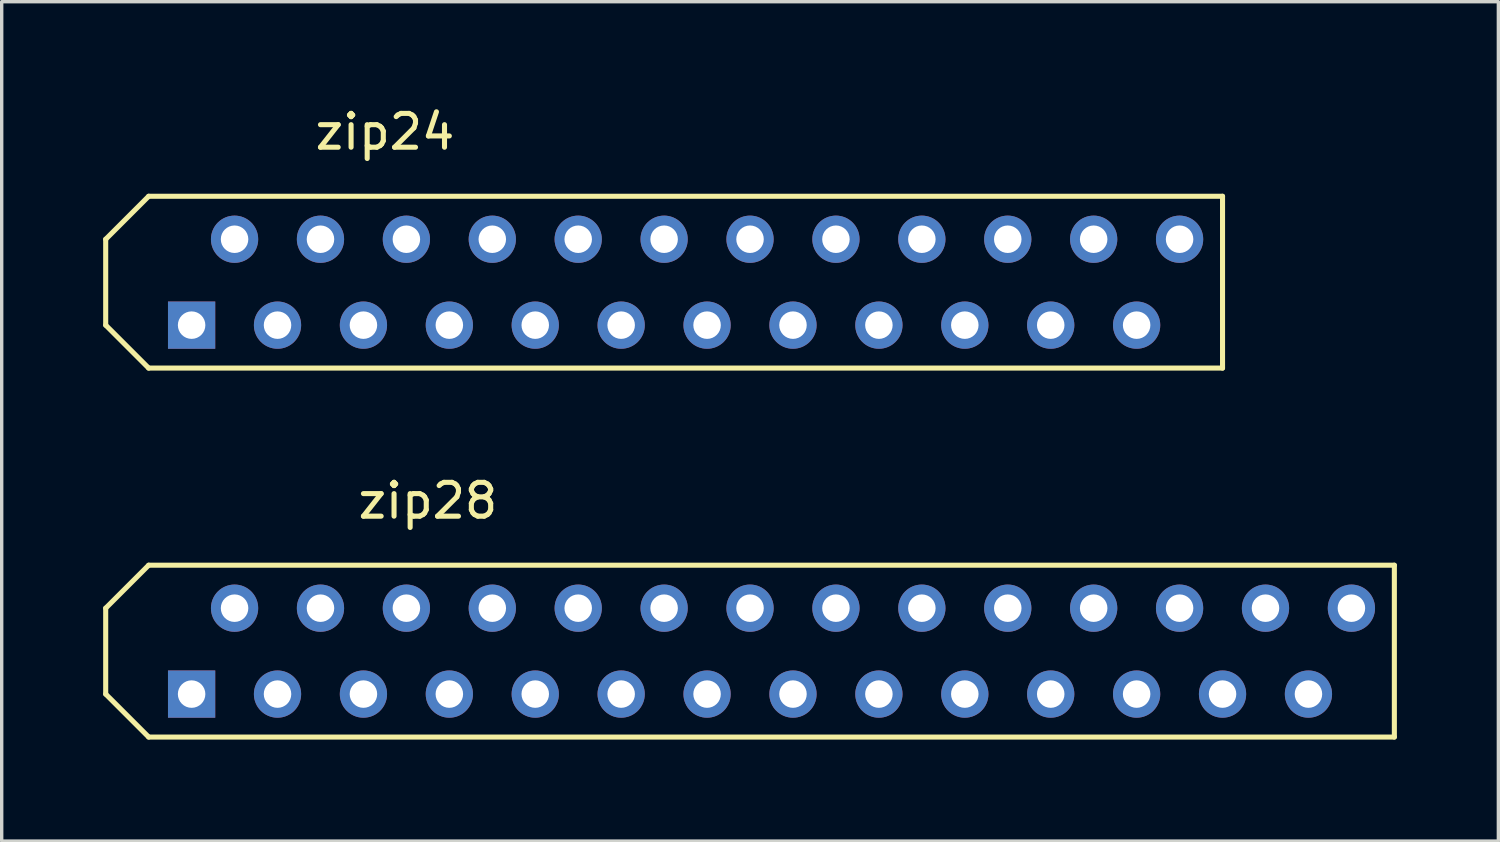
<source format=kicad_pcb>
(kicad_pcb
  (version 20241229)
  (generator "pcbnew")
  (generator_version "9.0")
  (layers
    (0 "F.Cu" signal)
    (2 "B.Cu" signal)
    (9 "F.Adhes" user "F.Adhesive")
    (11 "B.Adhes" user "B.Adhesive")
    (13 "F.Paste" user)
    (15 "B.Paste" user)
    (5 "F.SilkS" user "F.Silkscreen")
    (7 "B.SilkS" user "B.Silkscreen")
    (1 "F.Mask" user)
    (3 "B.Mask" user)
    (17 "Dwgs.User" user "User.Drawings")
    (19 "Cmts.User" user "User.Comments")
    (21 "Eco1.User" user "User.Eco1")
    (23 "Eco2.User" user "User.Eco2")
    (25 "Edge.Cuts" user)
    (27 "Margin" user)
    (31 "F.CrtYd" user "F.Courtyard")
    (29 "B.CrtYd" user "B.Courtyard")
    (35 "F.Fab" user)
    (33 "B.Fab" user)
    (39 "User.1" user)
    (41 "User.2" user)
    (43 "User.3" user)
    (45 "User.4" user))
  (footprint "zip24"
    (layer "F.Cu")
    (at 16.585 5.293)
    (property "Reference" "zip24" (at -8.255 -4.445 0) (layer "F.SilkS") (effects (font (size 1 1) (thickness 0.15))))
    (attr through_hole)
    (fp_line (start -16.51 -1.27) (end -15.24 -2.54) (stroke (width 0.15) (type solid)) (layer "F.SilkS"))
    (fp_line (start -16.51 1.27) (end -16.51 -1.27) (stroke (width 0.15) (type solid)) (layer "F.SilkS"))
    (fp_line (start -15.24 -2.54) (end 16.51 -2.54) (stroke (width 0.15) (type solid)) (layer "F.SilkS"))
    (fp_line (start -15.24 2.54) (end -16.51 1.27) (stroke (width 0.15) (type solid)) (layer "F.SilkS"))
    (fp_line (start 16.51 -2.54) (end 16.51 2.54) (stroke (width 0.15) (type solid)) (layer "F.SilkS"))
    (fp_line (start 16.51 2.54) (end -15.24 2.54) (stroke (width 0.15) (type solid)) (layer "F.SilkS"))
    (pad "1" thru_hole rect (at -13.97 1.27) (size 1.397 1.397) (drill 0.813) (layers "*.Cu" "*.Mask"))
    (pad "2" thru_hole circle (at -12.7 -1.27) (size 1.397 1.397) (drill 0.813) (layers "*.Cu" "*.Mask"))
    (pad "3" thru_hole circle (at -11.43 1.27) (size 1.397 1.397) (drill 0.813) (layers "*.Cu" "*.Mask"))
    (pad "4" thru_hole circle (at -10.16 -1.27) (size 1.397 1.397) (drill 0.813) (layers "*.Cu" "*.Mask"))
    (pad "5" thru_hole circle (at -8.89 1.27) (size 1.397 1.397) (drill 0.813) (layers "*.Cu" "*.Mask"))
    (pad "6" thru_hole circle (at -7.62 -1.27) (size 1.397 1.397) (drill 0.813) (layers "*.Cu" "*.Mask"))
    (pad "7" thru_hole circle (at -6.35 1.27) (size 1.397 1.397) (drill 0.813) (layers "*.Cu" "*.Mask"))
    (pad "8" thru_hole circle (at -5.08 -1.27) (size 1.397 1.397) (drill 0.813) (layers "*.Cu" "*.Mask"))
    (pad "9" thru_hole circle (at -3.81 1.27) (size 1.397 1.397) (drill 0.813) (layers "*.Cu" "*.Mask"))
    (pad "10" thru_hole circle (at -2.54 -1.27) (size 1.397 1.397) (drill 0.813) (layers "*.Cu" "*.Mask"))
    (pad "11" thru_hole circle (at -1.27 1.27) (size 1.397 1.397) (drill 0.813) (layers "*.Cu" "*.Mask"))
    (pad "12" thru_hole circle (at 0 -1.27) (size 1.397 1.397) (drill 0.813) (layers "*.Cu" "*.Mask"))
    (pad "13" thru_hole circle (at 1.27 1.27) (size 1.397 1.397) (drill 0.813) (layers "*.Cu" "*.Mask"))
    (pad "14" thru_hole circle (at 2.54 -1.27) (size 1.397 1.397) (drill 0.813) (layers "*.Cu" "*.Mask"))
    (pad "15" thru_hole circle (at 3.81 1.27) (size 1.397 1.397) (drill 0.813) (layers "*.Cu" "*.Mask"))
    (pad "16" thru_hole circle (at 5.08 -1.27) (size 1.397 1.397) (drill 0.813) (layers "*.Cu" "*.Mask"))
    (pad "17" thru_hole circle (at 6.35 1.27) (size 1.397 1.397) (drill 0.813) (layers "*.Cu" "*.Mask"))
    (pad "18" thru_hole circle (at 7.62 -1.27) (size 1.397 1.397) (drill 0.813) (layers "*.Cu" "*.Mask"))
    (pad "19" thru_hole circle (at 8.89 1.27) (size 1.397 1.397) (drill 0.813) (layers "*.Cu" "*.Mask"))
    (pad "20" thru_hole circle (at 10.16 -1.27) (size 1.397 1.397) (drill 0.813) (layers "*.Cu" "*.Mask"))
    (pad "21" thru_hole circle (at 11.43 1.27) (size 1.397 1.397) (drill 0.813) (layers "*.Cu" "*.Mask"))
    (pad "22" thru_hole circle (at 12.7 -1.27) (size 1.397 1.397) (drill 0.813) (layers "*.Cu" "*.Mask"))
    (pad "23" thru_hole circle (at 13.97 1.27) (size 1.397 1.397) (drill 0.813) (layers "*.Cu" "*.Mask"))
    (pad "24" thru_hole circle (at 15.24 -1.27) (size 1.397 1.397) (drill 0.813) (layers "*.Cu" "*.Mask")))
  (footprint "zip28"
    (layer "F.Cu")
    (at 19.125 16.201)
    (property "Reference" "zip28" (at -9.525 -4.445 0) (layer "F.SilkS") (effects (font (size 1 1) (thickness 0.15))))
    (attr through_hole)
    (fp_line (start -19.05 -1.27) (end -17.78 -2.54) (stroke (width 0.15) (type solid)) (layer "F.SilkS"))
    (fp_line (start -19.05 1.27) (end -19.05 -1.27) (stroke (width 0.15) (type solid)) (layer "F.SilkS"))
    (fp_line (start -17.78 -2.54) (end 19.05 -2.54) (stroke (width 0.15) (type solid)) (layer "F.SilkS"))
    (fp_line (start -17.78 2.54) (end -19.05 1.27) (stroke (width 0.15) (type solid)) (layer "F.SilkS"))
    (fp_line (start 19.05 -2.54) (end 19.05 2.54) (stroke (width 0.15) (type solid)) (layer "F.SilkS"))
    (fp_line (start 19.05 2.54) (end -17.78 2.54) (stroke (width 0.15) (type solid)) (layer "F.SilkS"))
    (pad "1" thru_hole rect (at -16.51 1.27) (size 1.397 1.397) (drill 0.813) (layers "*.Cu" "*.Mask"))
    (pad "2" thru_hole circle (at -15.24 -1.27) (size 1.397 1.397) (drill 0.813) (layers "*.Cu" "*.Mask"))
    (pad "3" thru_hole circle (at -13.97 1.27) (size 1.397 1.397) (drill 0.813) (layers "*.Cu" "*.Mask"))
    (pad "4" thru_hole circle (at -12.7 -1.27) (size 1.397 1.397) (drill 0.813) (layers "*.Cu" "*.Mask"))
    (pad "5" thru_hole circle (at -11.43 1.27) (size 1.397 1.397) (drill 0.813) (layers "*.Cu" "*.Mask"))
    (pad "6" thru_hole circle (at -10.16 -1.27) (size 1.397 1.397) (drill 0.813) (layers "*.Cu" "*.Mask"))
    (pad "7" thru_hole circle (at -8.89 1.27) (size 1.397 1.397) (drill 0.813) (layers "*.Cu" "*.Mask"))
    (pad "8" thru_hole circle (at -7.62 -1.27) (size 1.397 1.397) (drill 0.813) (layers "*.Cu" "*.Mask"))
    (pad "9" thru_hole circle (at -6.35 1.27) (size 1.397 1.397) (drill 0.813) (layers "*.Cu" "*.Mask"))
    (pad "10" thru_hole circle (at -5.08 -1.27) (size 1.397 1.397) (drill 0.813) (layers "*.Cu" "*.Mask"))
    (pad "11" thru_hole circle (at -3.81 1.27) (size 1.397 1.397) (drill 0.813) (layers "*.Cu" "*.Mask"))
    (pad "12" thru_hole circle (at -2.54 -1.27) (size 1.397 1.397) (drill 0.813) (layers "*.Cu" "*.Mask"))
    (pad "13" thru_hole circle (at -1.27 1.27) (size 1.397 1.397) (drill 0.813) (layers "*.Cu" "*.Mask"))
    (pad "14" thru_hole circle (at 0 -1.27) (size 1.397 1.397) (drill 0.813) (layers "*.Cu" "*.Mask"))
    (pad "15" thru_hole circle (at 1.27 1.27) (size 1.397 1.397) (drill 0.813) (layers "*.Cu" "*.Mask"))
    (pad "16" thru_hole circle (at 2.54 -1.27) (size 1.397 1.397) (drill 0.813) (layers "*.Cu" "*.Mask"))
    (pad "17" thru_hole circle (at 3.81 1.27) (size 1.397 1.397) (drill 0.813) (layers "*.Cu" "*.Mask"))
    (pad "18" thru_hole circle (at 5.08 -1.27) (size 1.397 1.397) (drill 0.813) (layers "*.Cu" "*.Mask"))
    (pad "19" thru_hole circle (at 6.35 1.27) (size 1.397 1.397) (drill 0.813) (layers "*.Cu" "*.Mask"))
    (pad "20" thru_hole circle (at 7.62 -1.27) (size 1.397 1.397) (drill 0.813) (layers "*.Cu" "*.Mask"))
    (pad "21" thru_hole circle (at 8.89 1.27) (size 1.397 1.397) (drill 0.813) (layers "*.Cu" "*.Mask"))
    (pad "22" thru_hole circle (at 10.16 -1.27) (size 1.397 1.397) (drill 0.813) (layers "*.Cu" "*.Mask"))
    (pad "23" thru_hole circle (at 11.43 1.27) (size 1.397 1.397) (drill 0.813) (layers "*.Cu" "*.Mask"))
    (pad "24" thru_hole circle (at 12.7 -1.27) (size 1.397 1.397) (drill 0.813) (layers "*.Cu" "*.Mask"))
    (pad "25" thru_hole circle (at 13.97 1.27) (size 1.397 1.397) (drill 0.813) (layers "*.Cu" "*.Mask"))
    (pad "26" thru_hole circle (at 15.24 -1.27) (size 1.397 1.397) (drill 0.813) (layers "*.Cu" "*.Mask"))
    (pad "27" thru_hole circle (at 16.51 1.27) (size 1.397 1.397) (drill 0.813) (layers "*.Cu" "*.Mask"))
    (pad "28" thru_hole circle (at 17.78 -1.27) (size 1.397 1.397) (drill 0.813) (layers "*.Cu" "*.Mask")))
  (gr_rect
    (start -3 -3)
    (end 41.25 21.817)
    (stroke (width 0.1) (type default))
    (fill no)
    (layer "Edge.Cuts")))
</source>
